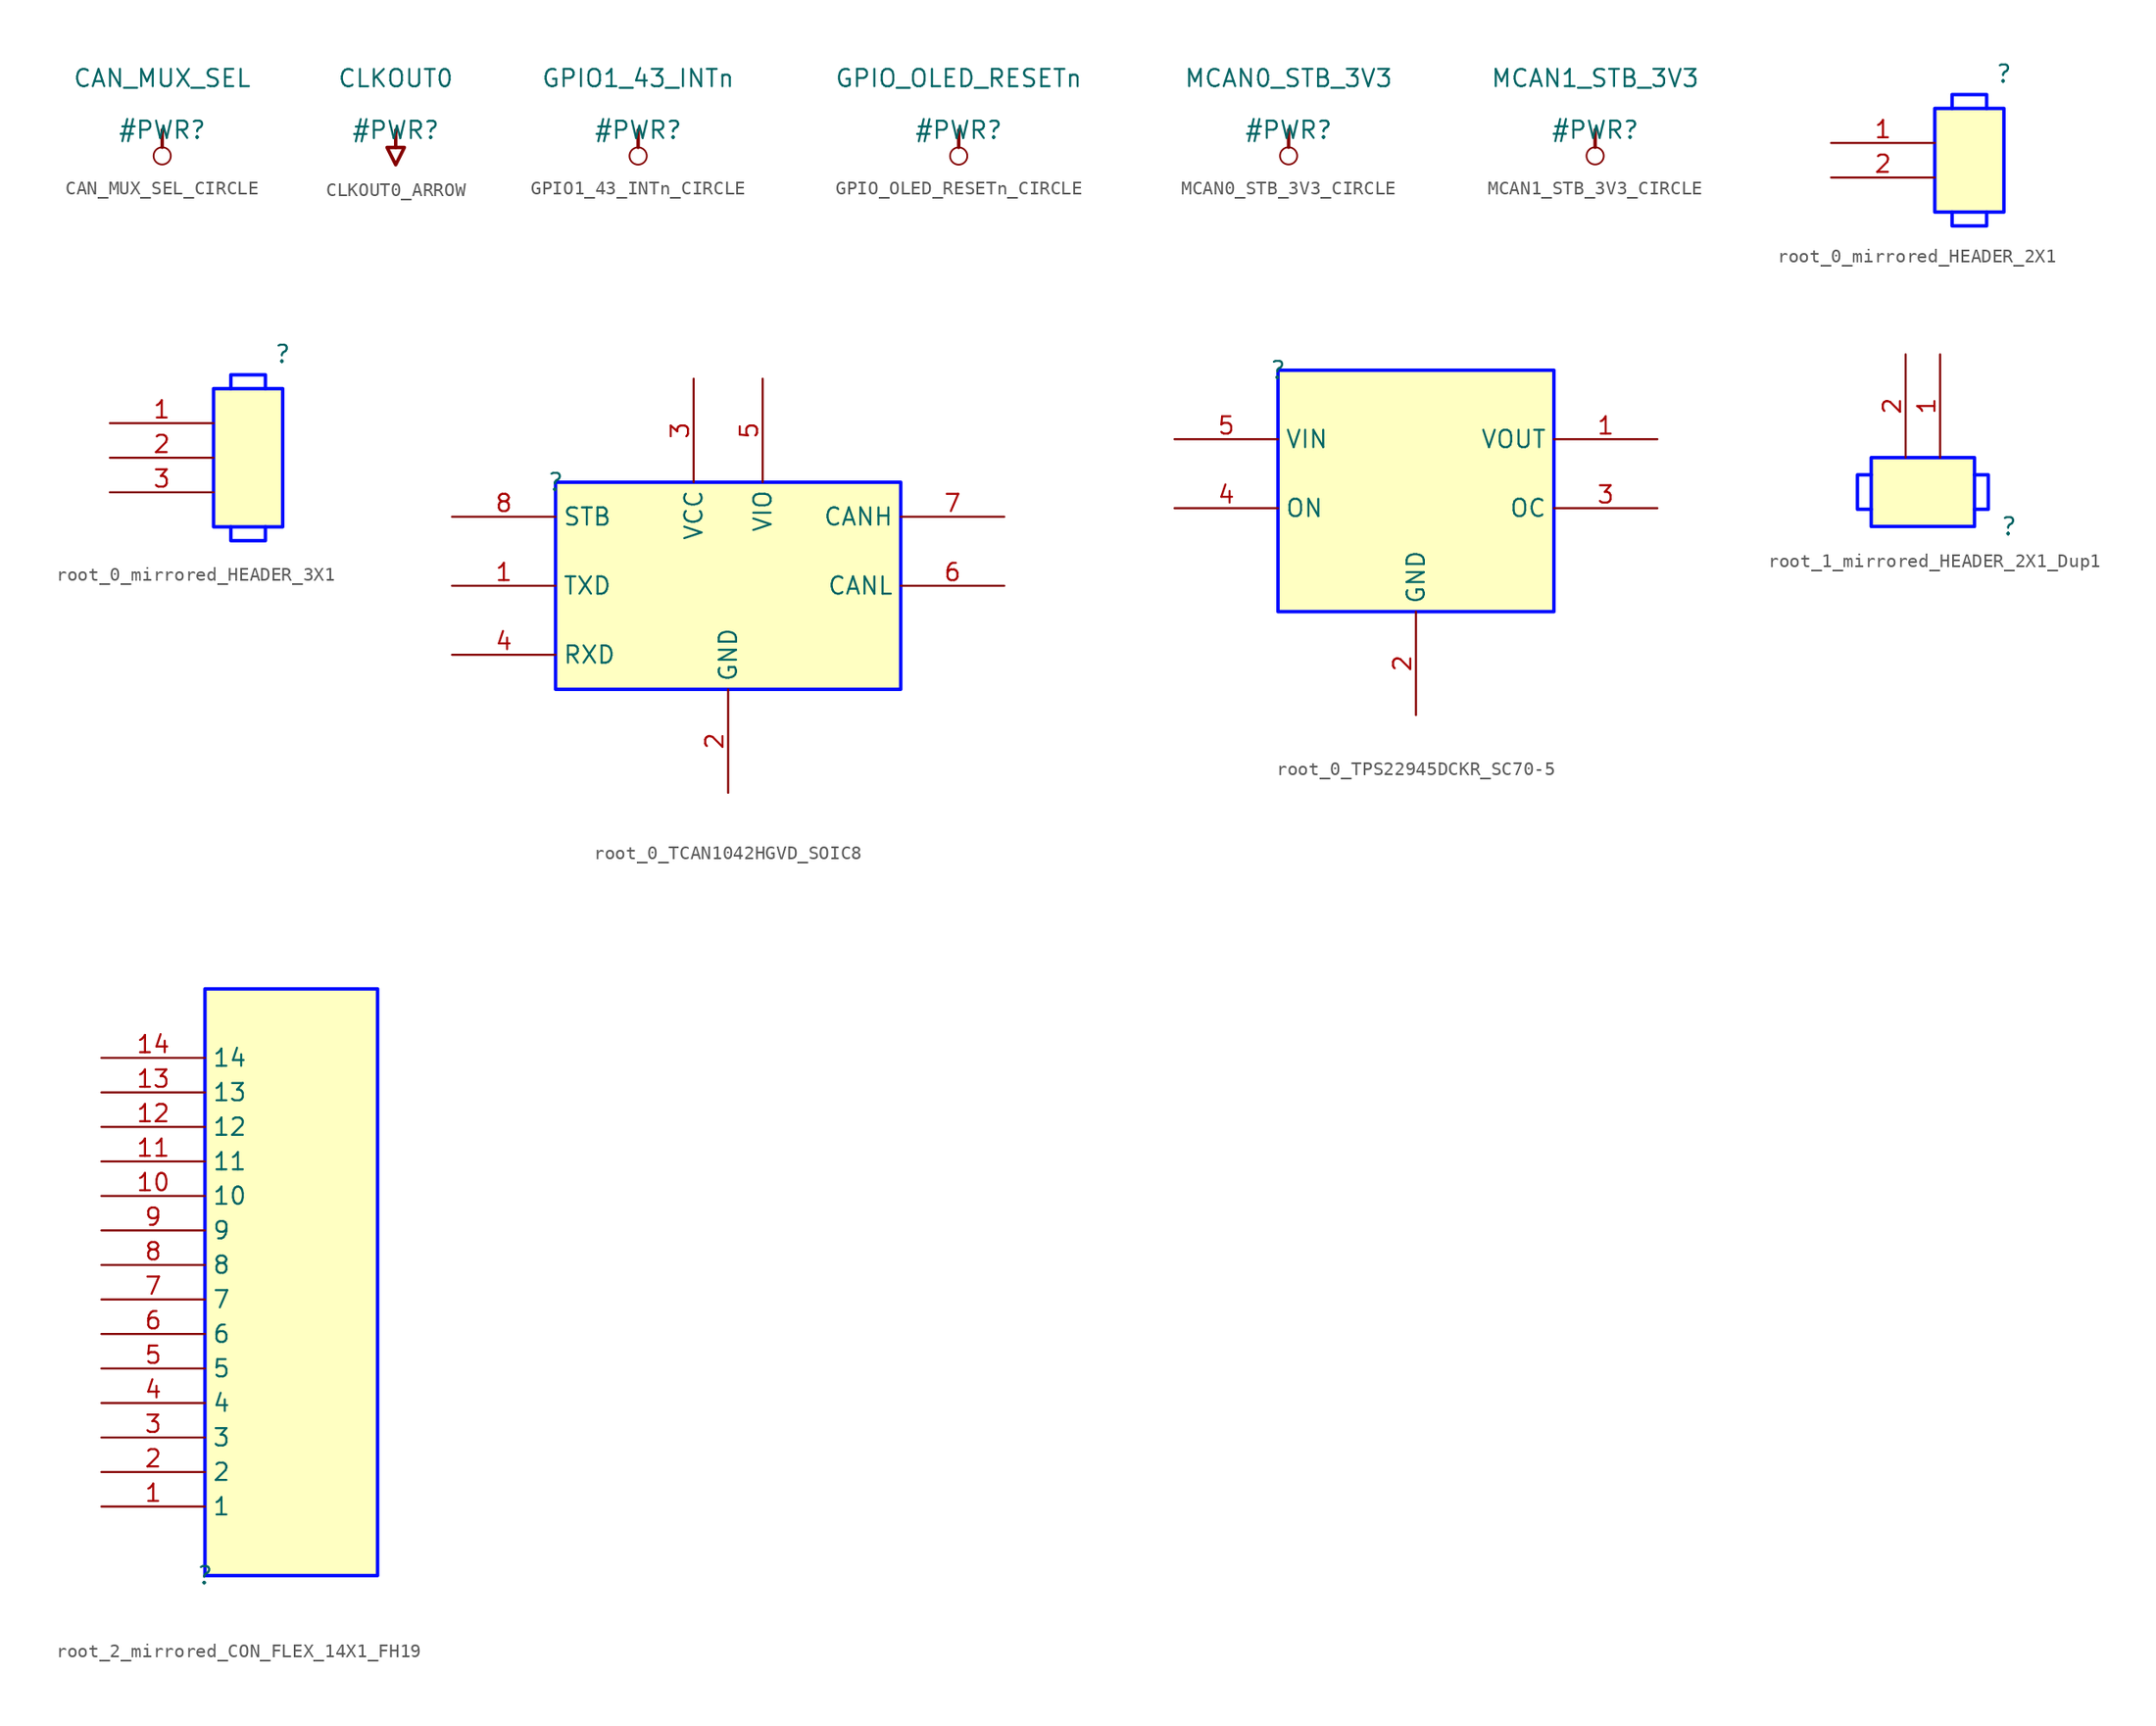
<source format=kicad_sym>
(kicad_symbol_lib
  (version 20231120)
  (generator "kicad_symbol_editor")
  (generator_version "8.0")
  (symbol "CAN_MUX_SEL_CIRCLE"
    (power)
    (property "Reference" "#PWR"
      (at 0 0 0)
      (effects (font (size 1.27 1.27))))
    (property "Value" "CAN_MUX_SEL"
      (at 0 3.81 0)
      (effects (font (size 1.27 1.27))))
    (symbol "CAN_MUX_SEL_CIRCLE_0_0"
      (circle (center 0 -1.905) (radius 0.635) (stroke (width 0.127) (type solid)) (fill (type none)))
      (polyline (pts (xy 0 0) (xy 0 -1.27)) (stroke (width 0.254) (type solid)) (fill (type none)))
      (pin power_in line (at 0 0 0) (length 0) hide (name "CAN_MUX_SEL" (effects (font (size 1.27 1.27)))) (number "" (effects (font (size 1.27 1.27)))))))
  (symbol "CLKOUT0_ARROW"
    (power)
    (property "Reference" "#PWR"
      (at 0 0 0)
      (effects (font (size 1.27 1.27))))
    (property "Value" "CLKOUT0"
      (at 0 3.81 0)
      (effects (font (size 1.27 1.27))))
    (symbol "CLKOUT0_ARROW_0_0"
      (polyline (pts (xy 0 0) (xy 0 -1.27)) (stroke (width 0.254) (type solid)) (fill (type none)))
      (polyline (pts (xy -0.635 -1.27) (xy 0.635 -1.27) (xy 0 -2.54) (xy -0.635 -1.27)) (stroke (width 0.254) (type solid)) (fill (type none)))
      (pin power_in line (at 0 0 0) (length 0) hide (name "CLKOUT0" (effects (font (size 1.27 1.27)))) (number "" (effects (font (size 1.27 1.27)))))))
  (symbol "GPIO1_43_INTn_CIRCLE"
    (power)
    (property "Reference" "#PWR"
      (at 0 0 0)
      (effects (font (size 1.27 1.27))))
    (property "Value" "GPIO1_43_INTn"
      (at 0 3.81 0)
      (effects (font (size 1.27 1.27))))
    (symbol "GPIO1_43_INTn_CIRCLE_0_0"
      (circle (center 0 -1.905) (radius 0.635) (stroke (width 0.127) (type solid)) (fill (type none)))
      (polyline (pts (xy 0 0) (xy 0 -1.27)) (stroke (width 0.254) (type solid)) (fill (type none)))
      (pin power_in line (at 0 0 0) (length 0) hide (name "GPIO1_43_INTn" (effects (font (size 1.27 1.27)))) (number "" (effects (font (size 1.27 1.27)))))))
  (symbol "GPIO_OLED_RESETn_CIRCLE"
    (power)
    (property "Reference" "#PWR"
      (at 0 0 0)
      (effects (font (size 1.27 1.27))))
    (property "Value" "GPIO_OLED_RESETn"
      (at 0 3.81 0)
      (effects (font (size 1.27 1.27))))
    (symbol "GPIO_OLED_RESETn_CIRCLE_0_0"
      (circle (center 0 -1.905) (radius 0.635) (stroke (width 0.127) (type solid)) (fill (type none)))
      (polyline (pts (xy 0 0) (xy 0 -1.27)) (stroke (width 0.254) (type solid)) (fill (type none)))
      (pin power_in line (at 0 0 0) (length 0) hide (name "GPIO_OLED_RESETn" (effects (font (size 1.27 1.27)))) (number "" (effects (font (size 1.27 1.27)))))))
  (symbol "MCAN0_STB_3V3_CIRCLE"
    (power)
    (property "Reference" "#PWR"
      (at 0 0 0)
      (effects (font (size 1.27 1.27))))
    (property "Value" "MCAN0_STB_3V3"
      (at 0 3.81 0)
      (effects (font (size 1.27 1.27))))
    (symbol "MCAN0_STB_3V3_CIRCLE_0_0"
      (circle (center 0 -1.905) (radius 0.635) (stroke (width 0.127) (type solid)) (fill (type none)))
      (polyline (pts (xy 0 0) (xy 0 -1.27)) (stroke (width 0.254) (type solid)) (fill (type none)))
      (pin power_in line (at 0 0 0) (length 0) hide (name "MCAN0_STB_3V3" (effects (font (size 1.27 1.27)))) (number "" (effects (font (size 1.27 1.27)))))))
  (symbol "MCAN1_STB_3V3_CIRCLE"
    (power)
    (property "Reference" "#PWR"
      (at 0 0 0)
      (effects (font (size 1.27 1.27))))
    (property "Value" "MCAN1_STB_3V3"
      (at 0 3.81 0)
      (effects (font (size 1.27 1.27))))
    (symbol "MCAN1_STB_3V3_CIRCLE_0_0"
      (circle (center 0 -1.905) (radius 0.635) (stroke (width 0.127) (type solid)) (fill (type none)))
      (polyline (pts (xy 0 0) (xy 0 -1.27)) (stroke (width 0.254) (type solid)) (fill (type none)))
      (pin power_in line (at 0 0 0) (length 0) hide (name "MCAN1_STB_3V3" (effects (font (size 1.27 1.27)))) (number "" (effects (font (size 1.27 1.27)))))))
  (symbol "root_0_mirrored_HEADER_2X1"
    (property "Reference" ""
      (at 0 0 0)
      (effects (font (size 1.27 1.27))))
    (property "Value" ""
      (at 0 0 0)
      (effects (font (size 1.27 1.27))))
    (symbol "root_0_mirrored_HEADER_2X1_1_0"
      (rectangle (start 0 -2.54) (end -5.08 -10.16) (stroke (width 0.254) (type solid) (color 0 11 255 1)) (fill (type background)))
      (polyline (pts (xy -3.81 -2.54) (xy -3.81 -2.286) (xy -3.81 -1.524) (xy -1.27 -1.524) (xy -1.27 -2.54)) (stroke (width 0.254) (type solid) (color 0 11 255 1)) (fill (type none)))
      (polyline (pts (xy -1.27 -10.16) (xy -1.27 -10.414) (xy -1.27 -11.176) (xy -3.81 -11.176) (xy -3.81 -10.16)) (stroke (width 0.254) (type solid) (color 0 11 255 1)) (fill (type none)))
      (pin passive line (at -12.7 -5.08 0) (length 7.62) (name "1" (effects (font (size 0 0)))) (number "1" (effects (font (size 1.27 1.27)))))
      (pin passive line (at -12.7 -7.62 0) (length 7.62) (name "2" (effects (font (size 0 0)))) (number "2" (effects (font (size 1.27 1.27)))))))
  (symbol "root_0_mirrored_HEADER_3X1"
    (property "Reference" ""
      (at 0 0 0)
      (effects (font (size 1.27 1.27))))
    (property "Value" ""
      (at 0 0 0)
      (effects (font (size 1.27 1.27))))
    (symbol "root_0_mirrored_HEADER_3X1_1_0"
      (rectangle (start 0 -2.54) (end -5.08 -12.7) (stroke (width 0.254) (type solid) (color 0 11 255 1)) (fill (type background)))
      (polyline (pts (xy -3.81 -2.54) (xy -3.81 -2.286) (xy -3.81 -1.524) (xy -1.27 -1.524) (xy -1.27 -2.54)) (stroke (width 0.254) (type solid) (color 0 11 255 1)) (fill (type none)))
      (polyline (pts (xy -1.27 -12.7) (xy -1.27 -12.954) (xy -1.27 -13.716) (xy -3.81 -13.716) (xy -3.81 -12.7)) (stroke (width 0.254) (type solid) (color 0 11 255 1)) (fill (type none)))
      (pin passive line (at -12.7 -5.08 0) (length 7.62) (name "1" (effects (font (size 0 0)))) (number "1" (effects (font (size 1.27 1.27)))))
      (pin passive line (at -12.7 -7.62 0) (length 7.62) (name "2" (effects (font (size 0 0)))) (number "2" (effects (font (size 1.27 1.27)))))
      (pin passive line (at -12.7 -10.16 0) (length 7.62) (name "3" (effects (font (size 0 0)))) (number "3" (effects (font (size 1.27 1.27)))))))
  (symbol "root_0_TCAN1042HGVD_SOIC8"
    (property "Reference" ""
      (at 0 0 0)
      (effects (font (size 1.27 1.27))))
    (property "Value" ""
      (at 0 0 0)
      (effects (font (size 1.27 1.27))))
    (symbol "root_0_TCAN1042HGVD_SOIC8_1_0"
      (rectangle (start 25.4 0) (end 0 -15.24) (stroke (width 0.254) (type solid) (color 0 11 255 1)) (fill (type background)))
      (pin input line (at -7.62 -7.62 0) (length 7.62) (name "TXD" (effects (font (size 1.27 1.27)))) (number "1" (effects (font (size 1.27 1.27)))))
      (pin power_in line (at 12.7 -22.86 90) (length 7.62) (name "GND" (effects (font (size 1.27 1.27)))) (number "2" (effects (font (size 1.27 1.27)))))
      (pin power_in line (at 10.16 7.62 270) (length 7.62) (name "VCC" (effects (font (size 1.27 1.27)))) (number "3" (effects (font (size 1.27 1.27)))))
      (pin output line (at -7.62 -12.7 0) (length 7.62) (name "RXD" (effects (font (size 1.27 1.27)))) (number "4" (effects (font (size 1.27 1.27)))))
      (pin power_in line (at 15.24 7.62 270) (length 7.62) (name "VIO" (effects (font (size 1.27 1.27)))) (number "5" (effects (font (size 1.27 1.27)))))
      (pin bidirectional line (at 33.02 -7.62 180) (length 7.62) (name "CANL" (effects (font (size 1.27 1.27)))) (number "6" (effects (font (size 1.27 1.27)))))
      (pin bidirectional line (at 33.02 -2.54 180) (length 7.62) (name "CANH" (effects (font (size 1.27 1.27)))) (number "7" (effects (font (size 1.27 1.27)))))
      (pin input line (at -7.62 -2.54 0) (length 7.62) (name "STB" (effects (font (size 1.27 1.27)))) (number "8" (effects (font (size 1.27 1.27)))))))
  (symbol "root_0_TPS22945DCKR_SC70-5"
    (property "Reference" ""
      (at 0 0 0)
      (effects (font (size 1.27 1.27))))
    (property "Value" ""
      (at 0 0 0)
      (effects (font (size 1.27 1.27))))
    (symbol "root_0_TPS22945DCKR_SC70-5_1_0"
      (rectangle (start 20.32 0) (end 0 -17.78) (stroke (width 0.254) (type solid) (color 0 11 255 1)) (fill (type background)))
      (pin passive line (at 27.94 -5.08 180) (length 7.62) (name "VOUT" (effects (font (size 1.27 1.27)))) (number "1" (effects (font (size 1.27 1.27)))))
      (pin power_in line (at 10.16 -25.4 90) (length 7.62) (name "GND" (effects (font (size 1.27 1.27)))) (number "2" (effects (font (size 1.27 1.27)))))
      (pin passive line (at 27.94 -10.16 180) (length 7.62) (name "OC" (effects (font (size 1.27 1.27)))) (number "3" (effects (font (size 1.27 1.27)))))
      (pin passive line (at -7.62 -10.16 0) (length 7.62) (name "ON" (effects (font (size 1.27 1.27)))) (number "4" (effects (font (size 1.27 1.27)))))
      (pin passive line (at -7.62 -5.08 0) (length 7.62) (name "VIN" (effects (font (size 1.27 1.27)))) (number "5" (effects (font (size 1.27 1.27)))))))
  (symbol "root_1_mirrored_HEADER_2X1_Dup1"
    (property "Reference" ""
      (at 0 0 0)
      (effects (font (size 1.27 1.27))))
    (property "Value" ""
      (at 0 0 0)
      (effects (font (size 1.27 1.27))))
    (symbol "root_1_mirrored_HEADER_2X1_Dup1_1_0"
      (rectangle (start -2.54 5.08) (end -10.16 0) (stroke (width 0.254) (type solid) (color 0 11 255 1)) (fill (type background)))
      (polyline (pts (xy -10.16 1.27) (xy -10.414 1.27) (xy -11.176 1.27) (xy -11.176 3.81) (xy -10.16 3.81)) (stroke (width 0.254) (type solid) (color 0 11 255 1)) (fill (type none)))
      (polyline (pts (xy -2.54 3.81) (xy -2.286 3.81) (xy -1.524 3.81) (xy -1.524 1.27) (xy -2.54 1.27)) (stroke (width 0.254) (type solid) (color 0 11 255 1)) (fill (type none)))
      (pin passive line (at -5.08 12.7 270) (length 7.62) (name "1" (effects (font (size 0 0)))) (number "1" (effects (font (size 1.27 1.27)))))
      (pin passive line (at -7.62 12.7 270) (length 7.62) (name "2" (effects (font (size 0 0)))) (number "2" (effects (font (size 1.27 1.27)))))))
  (symbol "root_2_mirrored_CON_FLEX_14X1_FH19"
    (property "Reference" ""
      (at 0 0 0)
      (effects (font (size 1.27 1.27))))
    (property "Value" ""
      (at 0 0 0)
      (effects (font (size 1.27 1.27))))
    (symbol "root_2_mirrored_CON_FLEX_14X1_FH19_1_0"
      (rectangle (start 12.7 43.18) (end 0 0) (stroke (width 0.254) (type solid) (color 0 11 255 1)) (fill (type background)))
      (pin passive line (at -7.62 5.08 0) (length 7.62) (name "1" (effects (font (size 1.27 1.27)))) (number "1" (effects (font (size 1.27 1.27)))))
      (pin passive line (at -7.62 27.94 0) (length 7.62) (name "10" (effects (font (size 1.27 1.27)))) (number "10" (effects (font (size 1.27 1.27)))))
      (pin passive line (at -7.62 30.48 0) (length 7.62) (name "11" (effects (font (size 1.27 1.27)))) (number "11" (effects (font (size 1.27 1.27)))))
      (pin passive line (at -7.62 33.02 0) (length 7.62) (name "12" (effects (font (size 1.27 1.27)))) (number "12" (effects (font (size 1.27 1.27)))))
      (pin passive line (at -7.62 35.56 0) (length 7.62) (name "13" (effects (font (size 1.27 1.27)))) (number "13" (effects (font (size 1.27 1.27)))))
      (pin passive line (at -7.62 38.1 0) (length 7.62) (name "14" (effects (font (size 1.27 1.27)))) (number "14" (effects (font (size 1.27 1.27)))))
      (pin passive line (at -7.62 7.62 0) (length 7.62) (name "2" (effects (font (size 1.27 1.27)))) (number "2" (effects (font (size 1.27 1.27)))))
      (pin passive line (at -7.62 10.16 0) (length 7.62) (name "3" (effects (font (size 1.27 1.27)))) (number "3" (effects (font (size 1.27 1.27)))))
      (pin passive line (at -7.62 12.7 0) (length 7.62) (name "4" (effects (font (size 1.27 1.27)))) (number "4" (effects (font (size 1.27 1.27)))))
      (pin passive line (at -7.62 15.24 0) (length 7.62) (name "5" (effects (font (size 1.27 1.27)))) (number "5" (effects (font (size 1.27 1.27)))))
      (pin passive line (at -7.62 17.78 0) (length 7.62) (name "6" (effects (font (size 1.27 1.27)))) (number "6" (effects (font (size 1.27 1.27)))))
      (pin passive line (at -7.62 20.32 0) (length 7.62) (name "7" (effects (font (size 1.27 1.27)))) (number "7" (effects (font (size 1.27 1.27)))))
      (pin passive line (at -7.62 22.86 0) (length 7.62) (name "8" (effects (font (size 1.27 1.27)))) (number "8" (effects (font (size 1.27 1.27)))))
      (pin passive line (at -7.62 25.4 0) (length 7.62) (name "9" (effects (font (size 1.27 1.27)))) (number "9" (effects (font (size 1.27 1.27))))))))
</source>
